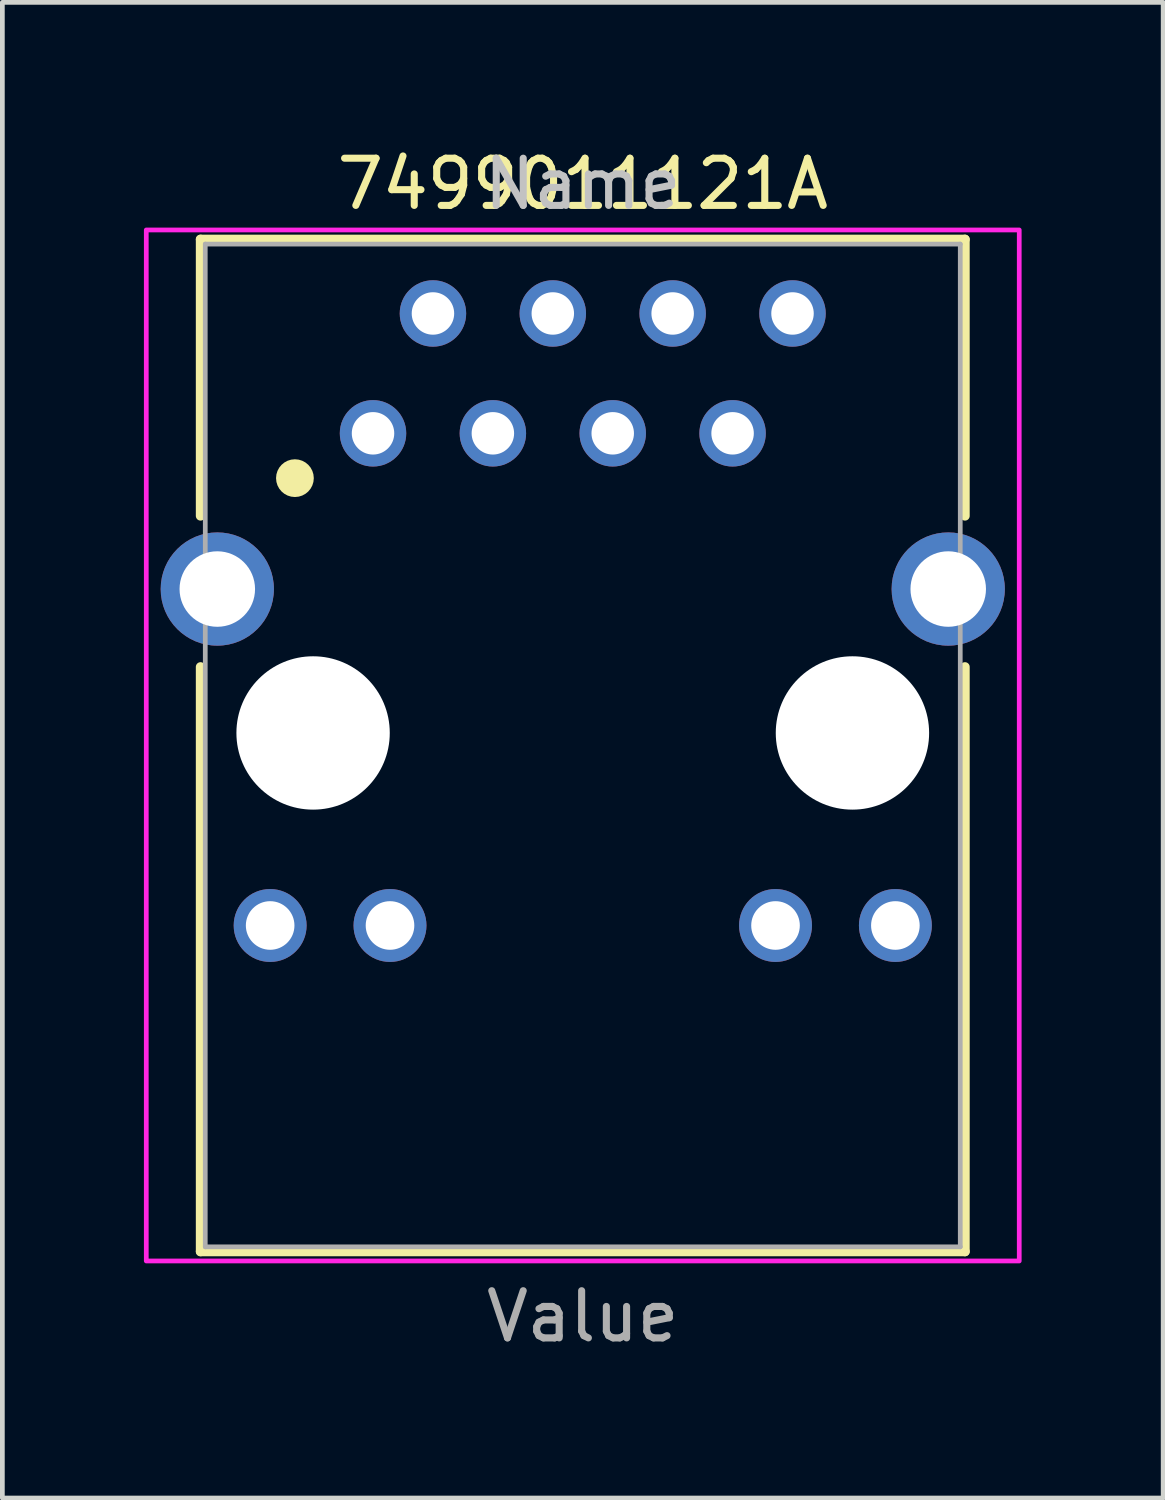
<source format=kicad_pcb>
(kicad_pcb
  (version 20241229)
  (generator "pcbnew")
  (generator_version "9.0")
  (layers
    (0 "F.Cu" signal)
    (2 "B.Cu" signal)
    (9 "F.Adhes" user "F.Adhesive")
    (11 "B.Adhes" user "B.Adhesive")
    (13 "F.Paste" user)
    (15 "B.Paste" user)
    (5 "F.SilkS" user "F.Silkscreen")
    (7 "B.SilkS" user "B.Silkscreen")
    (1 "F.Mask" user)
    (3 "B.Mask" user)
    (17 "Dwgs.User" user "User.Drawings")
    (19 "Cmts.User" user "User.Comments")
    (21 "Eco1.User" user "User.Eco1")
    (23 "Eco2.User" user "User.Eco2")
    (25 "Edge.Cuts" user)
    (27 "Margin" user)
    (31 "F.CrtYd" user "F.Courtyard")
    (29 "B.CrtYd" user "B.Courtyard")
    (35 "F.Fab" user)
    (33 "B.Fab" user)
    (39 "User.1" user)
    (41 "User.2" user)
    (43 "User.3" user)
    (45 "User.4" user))
  (footprint "7499011121A"
    (layer "F.Cu")
    (at 9.3 12.483)
    (property "Reference" "7499011121A" (at 0 -11.635 0) (layer "F.SilkS") (effects (font (size 1 1) (thickness 0.15))))
    (attr through_hole)
    (fp_line (start -8.1 -4.6) (end -8.1 -10.46) (stroke (width 0.2) (type solid)) (layer "F.SilkS"))
    (fp_line (start -8.1 -1.4) (end -8.1 10.99) (stroke (width 0.2) (type solid)) (layer "F.SilkS"))
    (fp_line (start -8.1 10.99) (end 8.1 10.99) (stroke (width 0.2) (type solid)) (layer "F.SilkS"))
    (fp_line (start 8.1 -10.46) (end -8.1 -10.46) (stroke (width 0.2) (type solid)) (layer "F.SilkS"))
    (fp_line (start 8.1 -4.6) (end 8.1 -10.46) (stroke (width 0.2) (type solid)) (layer "F.SilkS"))
    (fp_line (start 8.1 -1.4) (end 8.1 10.99) (stroke (width 0.2) (type solid)) (layer "F.SilkS"))
    (fp_circle (center -6.1 -5.4) (end -5.9 -5.4) (stroke (width 0.4) (type solid)) (fill no) (layer "F.SilkS"))
    (fp_poly (pts (xy -9.25 -10.66) (xy 9.25 -10.66) (xy 9.25 11.19) (xy -9.25 11.19)) (stroke (width 0.1) (type solid)) (fill no) (layer "F.CrtYd"))
    (fp_line (start -8 -10.36) (end -8 10.89) (stroke (width 0.1) (type solid)) (layer "F.Fab"))
    (fp_line (start -8 -10.36) (end 8 -10.36) (stroke (width 0.1) (type solid)) (layer "F.Fab"))
    (fp_line (start -8 10.89) (end 8 10.89) (stroke (width 0.1) (type solid)) (layer "F.Fab"))
    (fp_line (start 8 10.89) (end 8 -10.36) (stroke (width 0.1) (type solid)) (layer "F.Fab"))
    (fp_text user "Name" (at 0 -11.635 0) (layer "Dwgs.User") (effects (font (size 1 1) (thickness 0.15))))
    (fp_text user "Value" (at 0 12.365 0) (layer "F.Fab") (effects (font (size 1 1) (thickness 0.15))))
    (pad "" np_thru_hole circle (at -5.715 0) (size 3.25 3.25) (drill 3.25) (layers "*.Cu" "*.Mask"))
    (pad "" np_thru_hole circle (at 5.715 0) (size 3.25 3.25) (drill 3.25) (layers "*.Cu" "*.Mask"))
    (pad "1" thru_hole circle (at -4.445 -6.35) (size 1.408 1.408) (drill 0.9) (layers "*.Cu" "*.Mask"))
    (pad "2" thru_hole circle (at -3.175 -8.89) (size 1.408 1.408) (drill 0.9) (layers "*.Cu" "*.Mask"))
    (pad "3" thru_hole circle (at -1.905 -6.35) (size 1.408 1.408) (drill 0.9) (layers "*.Cu" "*.Mask"))
    (pad "4" thru_hole circle (at -0.635 -8.89) (size 1.408 1.408) (drill 0.9) (layers "*.Cu" "*.Mask"))
    (pad "5" thru_hole circle (at 0.635 -6.35) (size 1.408 1.408) (drill 0.9) (layers "*.Cu" "*.Mask"))
    (pad "6" thru_hole circle (at 1.905 -8.89) (size 1.408 1.408) (drill 0.9) (layers "*.Cu" "*.Mask"))
    (pad "7" thru_hole circle (at 3.175 -6.35) (size 1.408 1.408) (drill 0.9) (layers "*.Cu" "*.Mask"))
    (pad "8" thru_hole circle (at 4.445 -8.89) (size 1.408 1.408) (drill 0.9) (layers "*.Cu" "*.Mask"))
    (pad "9" thru_hole circle (at -6.625 4.08) (size 1.545 1.545) (drill 1.03) (layers "*.Cu" "*.Mask"))
    (pad "10" thru_hole circle (at -4.085 4.08) (size 1.545 1.545) (drill 1.03) (layers "*.Cu" "*.Mask"))
    (pad "11" thru_hole circle (at 4.085 4.08) (size 1.545 1.545) (drill 1.03) (layers "*.Cu" "*.Mask"))
    (pad "12" thru_hole circle (at 6.625 4.08) (size 1.545 1.545) (drill 1.03) (layers "*.Cu" "*.Mask"))
    (pad "S1" thru_hole circle (at -7.745 -3.05) (size 2.4 2.4) (drill 1.6) (layers "*.Cu" "*.Mask"))
    (pad "S2" thru_hole circle (at 7.745 -3.05) (size 2.4 2.4) (drill 1.6) (layers "*.Cu" "*.Mask")))
  (gr_rect
    (start -3 -3)
    (end 21.6 28.697)
    (stroke (width 0.1) (type default))
    (fill no)
    (layer "Edge.Cuts")))
</source>
